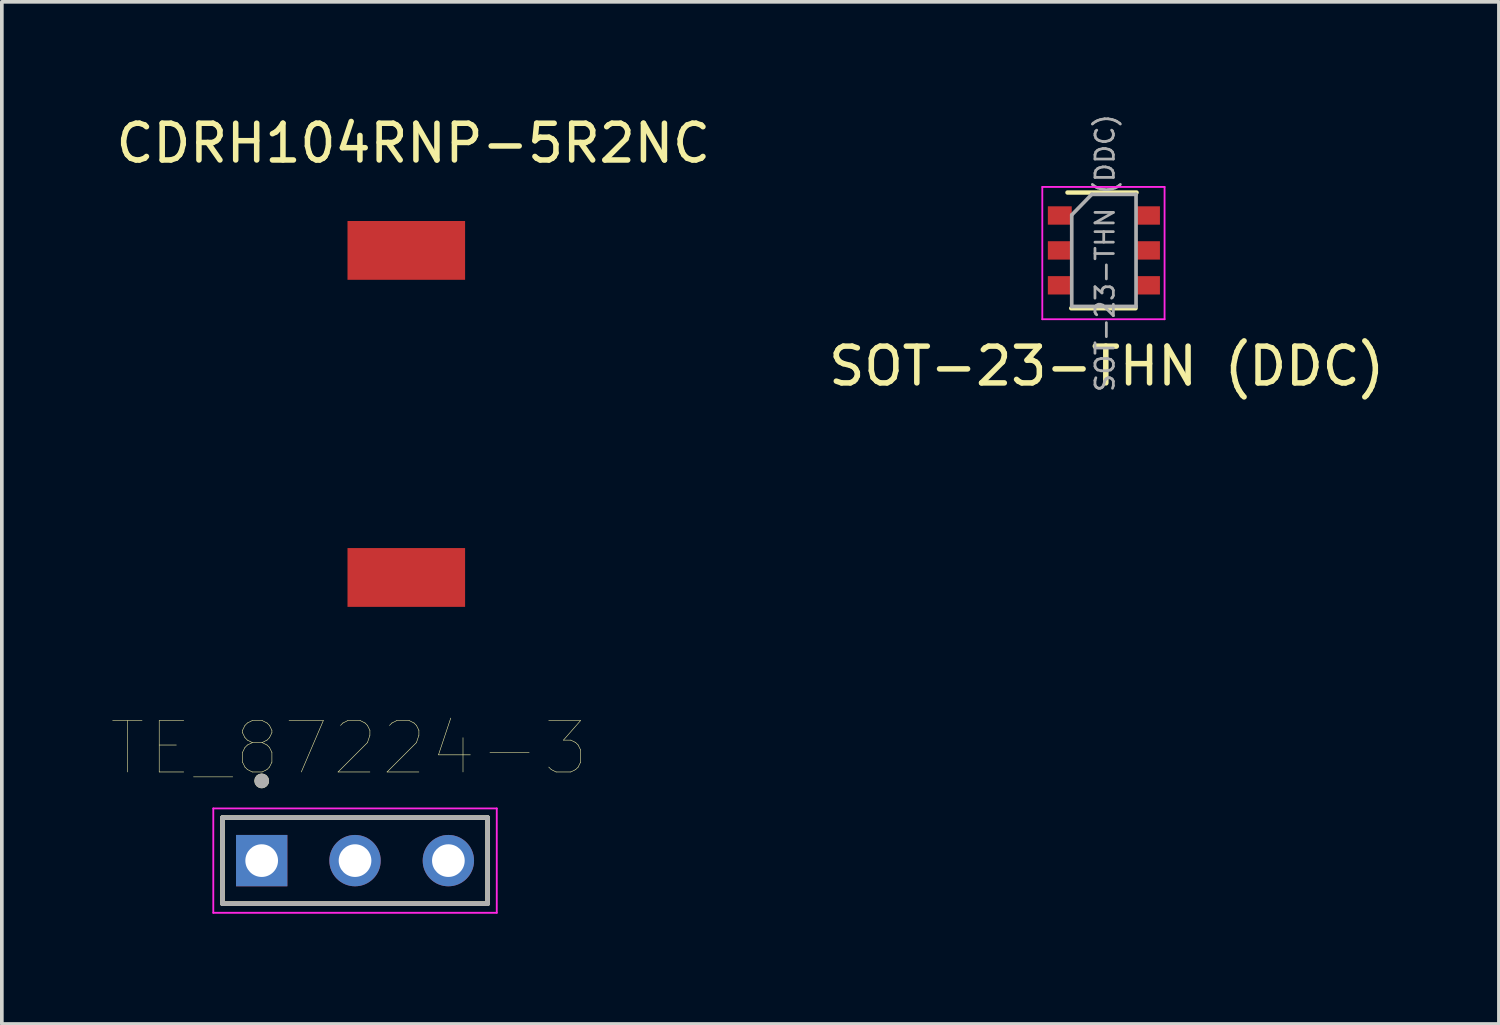
<source format=kicad_pcb>
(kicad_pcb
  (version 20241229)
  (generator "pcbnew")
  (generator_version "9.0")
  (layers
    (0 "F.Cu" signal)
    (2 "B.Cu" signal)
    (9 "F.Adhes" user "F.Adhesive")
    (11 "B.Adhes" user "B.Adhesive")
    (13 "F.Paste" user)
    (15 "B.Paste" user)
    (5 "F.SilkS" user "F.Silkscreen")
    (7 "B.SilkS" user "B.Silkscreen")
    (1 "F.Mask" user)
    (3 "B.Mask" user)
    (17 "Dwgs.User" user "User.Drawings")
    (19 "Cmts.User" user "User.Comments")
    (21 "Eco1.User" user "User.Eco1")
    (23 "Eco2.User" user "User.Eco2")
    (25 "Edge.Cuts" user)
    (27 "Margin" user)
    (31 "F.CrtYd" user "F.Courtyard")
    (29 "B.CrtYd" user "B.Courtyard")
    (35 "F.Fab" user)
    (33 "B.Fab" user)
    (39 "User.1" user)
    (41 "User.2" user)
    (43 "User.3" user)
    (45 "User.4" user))
  (footprint "SOT-23-THN (DDC)"
    (layer "F.Cu")
    (at 26.989 3.764)
    (property "Reference" "SOT-23-THN (DDC)" (at 0.076 3.15 0) (layer "F.SilkS") (effects (font (size 1 1) (thickness 0.15))))
    (attr through_hole)
    (fp_line (start -0.889 1.575) (end 0.861 1.575) (stroke (width 0.12) (type solid)) (layer "F.SilkS"))
    (fp_line (start 0.889 -1.575) (end -0.991 -1.575) (stroke (width 0.12) (type solid)) (layer "F.SilkS"))
    (fp_line (start -1.676 -1.727) (end -1.676 1.873) (stroke (width 0.05) (type solid)) (layer "F.CrtYd"))
    (fp_line (start -1.676 1.873) (end 1.651 1.873) (stroke (width 0.05) (type solid)) (layer "F.CrtYd"))
    (fp_line (start 1.651 -1.727) (end -1.676 -1.727) (stroke (width 0.05) (type solid)) (layer "F.CrtYd"))
    (fp_line (start 1.651 1.873) (end 1.651 -1.727) (stroke (width 0.05) (type solid)) (layer "F.CrtYd"))
    (fp_line (start -0.875 -0.965) (end -0.875 1.525) (stroke (width 0.1) (type solid)) (layer "F.Fab"))
    (fp_line (start -0.875 -0.965) (end -0.33 -1.525) (stroke (width 0.1) (type solid)) (layer "F.Fab"))
    (fp_line (start -0.875 1.525) (end 0.875 1.525) (stroke (width 0.1) (type solid)) (layer "F.Fab"))
    (fp_line (start -0.33 -1.525) (end 0.875 -1.525) (stroke (width 0.1) (type solid)) (layer "F.Fab"))
    (fp_line (start 0.875 -1.525) (end 0.875 1.525) (stroke (width 0.1) (type solid)) (layer "F.Fab"))
    (fp_text user "${REFERENCE}" (at 0.03 0.073 90) (layer "F.Fab") (effects (font (size 0.5 0.5) (thickness 0.075))))
    (pad "1" smd rect (at -1.2 -0.95) (size 0.65 0.5) (layers "F.Cu" "F.Mask" "F.Paste"))
    (pad "2" smd rect (at -1.2 0) (size 0.65 0.5) (layers "F.Cu" "F.Mask" "F.Paste"))
    (pad "3" smd rect (at -1.2 0.95) (size 0.65 0.5) (layers "F.Cu" "F.Mask" "F.Paste"))
    (pad "4" smd rect (at 1.2 0.95) (size 0.65 0.5) (layers "F.Cu" "F.Mask" "F.Paste"))
    (pad "5" smd rect (at 1.2 0) (size 0.65 0.5) (layers "F.Cu" "F.Mask" "F.Paste"))
    (pad "6" smd rect (at 1.2 -0.95) (size 0.65 0.5) (layers "F.Cu" "F.Mask" "F.Paste")))
  (footprint "CDRH104RNP-5R2NC"
    (layer "F.Cu")
    (at 8.006 8.214)
    (property "Reference" "CDRH104RNP-5R2NC" (at 0.191 -7.366 0) (layer "F.SilkS") (effects (font (size 1 1) (thickness 0.15))))
    (attr smd)
    (pad "1" smd rect (at 0 -3.65) (size 3.2 1.6) (drill (offset 0 -0.8)) (layers "F.Cu" "F.Mask" "F.Paste"))
    (pad "2" smd rect (at 0 3.65) (size 3.2 1.6) (drill (offset 0 0.8)) (layers "F.Cu" "F.Mask" "F.Paste")))
  (footprint "TE_87224-3"
    (layer "F.Cu")
    (at 6.611 20.369)
    (property "Reference" "TE_87224-3" (at -0.162 -3.059 0) (layer "F.SilkS") (effects (font (size 1.4 1.4) (thickness 0.015))))
    (attr through_hole)
    (fp_line (start -3.607 -1.17) (end 3.607 -1.17) (stroke (width 0.127) (type solid)) (layer "F.SilkS"))
    (fp_line (start -3.607 1.17) (end -3.607 -1.17) (stroke (width 0.127) (type solid)) (layer "F.SilkS"))
    (fp_line (start 3.607 -1.17) (end 3.607 1.17) (stroke (width 0.127) (type solid)) (layer "F.SilkS"))
    (fp_line (start 3.607 1.17) (end -3.607 1.17) (stroke (width 0.127) (type solid)) (layer "F.SilkS"))
    (fp_circle (center -2.54 -2.17) (end -2.44 -2.17) (stroke (width 0.2) (type solid)) (fill no) (layer "F.SilkS"))
    (fp_line (start -3.857 -1.42) (end 3.857 -1.42) (stroke (width 0.05) (type solid)) (layer "F.CrtYd"))
    (fp_line (start -3.857 1.42) (end -3.857 -1.42) (stroke (width 0.05) (type solid)) (layer "F.CrtYd"))
    (fp_line (start 3.857 -1.42) (end 3.857 1.42) (stroke (width 0.05) (type solid)) (layer "F.CrtYd"))
    (fp_line (start 3.857 1.42) (end -3.857 1.42) (stroke (width 0.05) (type solid)) (layer "F.CrtYd"))
    (fp_line (start -3.607 -1.17) (end 3.607 -1.17) (stroke (width 0.127) (type solid)) (layer "F.Fab"))
    (fp_line (start -3.607 1.17) (end -3.607 -1.17) (stroke (width 0.127) (type solid)) (layer "F.Fab"))
    (fp_line (start 3.607 -1.17) (end 3.607 1.17) (stroke (width 0.127) (type solid)) (layer "F.Fab"))
    (fp_line (start 3.607 1.17) (end -3.607 1.17) (stroke (width 0.127) (type solid)) (layer "F.Fab"))
    (fp_circle (center -2.54 -2.17) (end -2.44 -2.17) (stroke (width 0.2) (type solid)) (fill no) (layer "F.Fab"))
    (pad "1" thru_hole rect (at -2.54 0) (size 1.397 1.397) (drill 0.889) (layers "*.Cu" "*.Mask"))
    (pad "2" thru_hole circle (at 0 0) (size 1.397 1.397) (drill 0.889) (layers "*.Cu" "*.Mask"))
    (pad "3" thru_hole circle (at 2.54 0) (size 1.397 1.397) (drill 0.889) (layers "*.Cu" "*.Mask")))
  (gr_rect
    (start -3 -3)
    (end 37.738 24.814)
    (stroke (width 0.1) (type default))
    (fill no)
    (layer "Edge.Cuts")))
</source>
